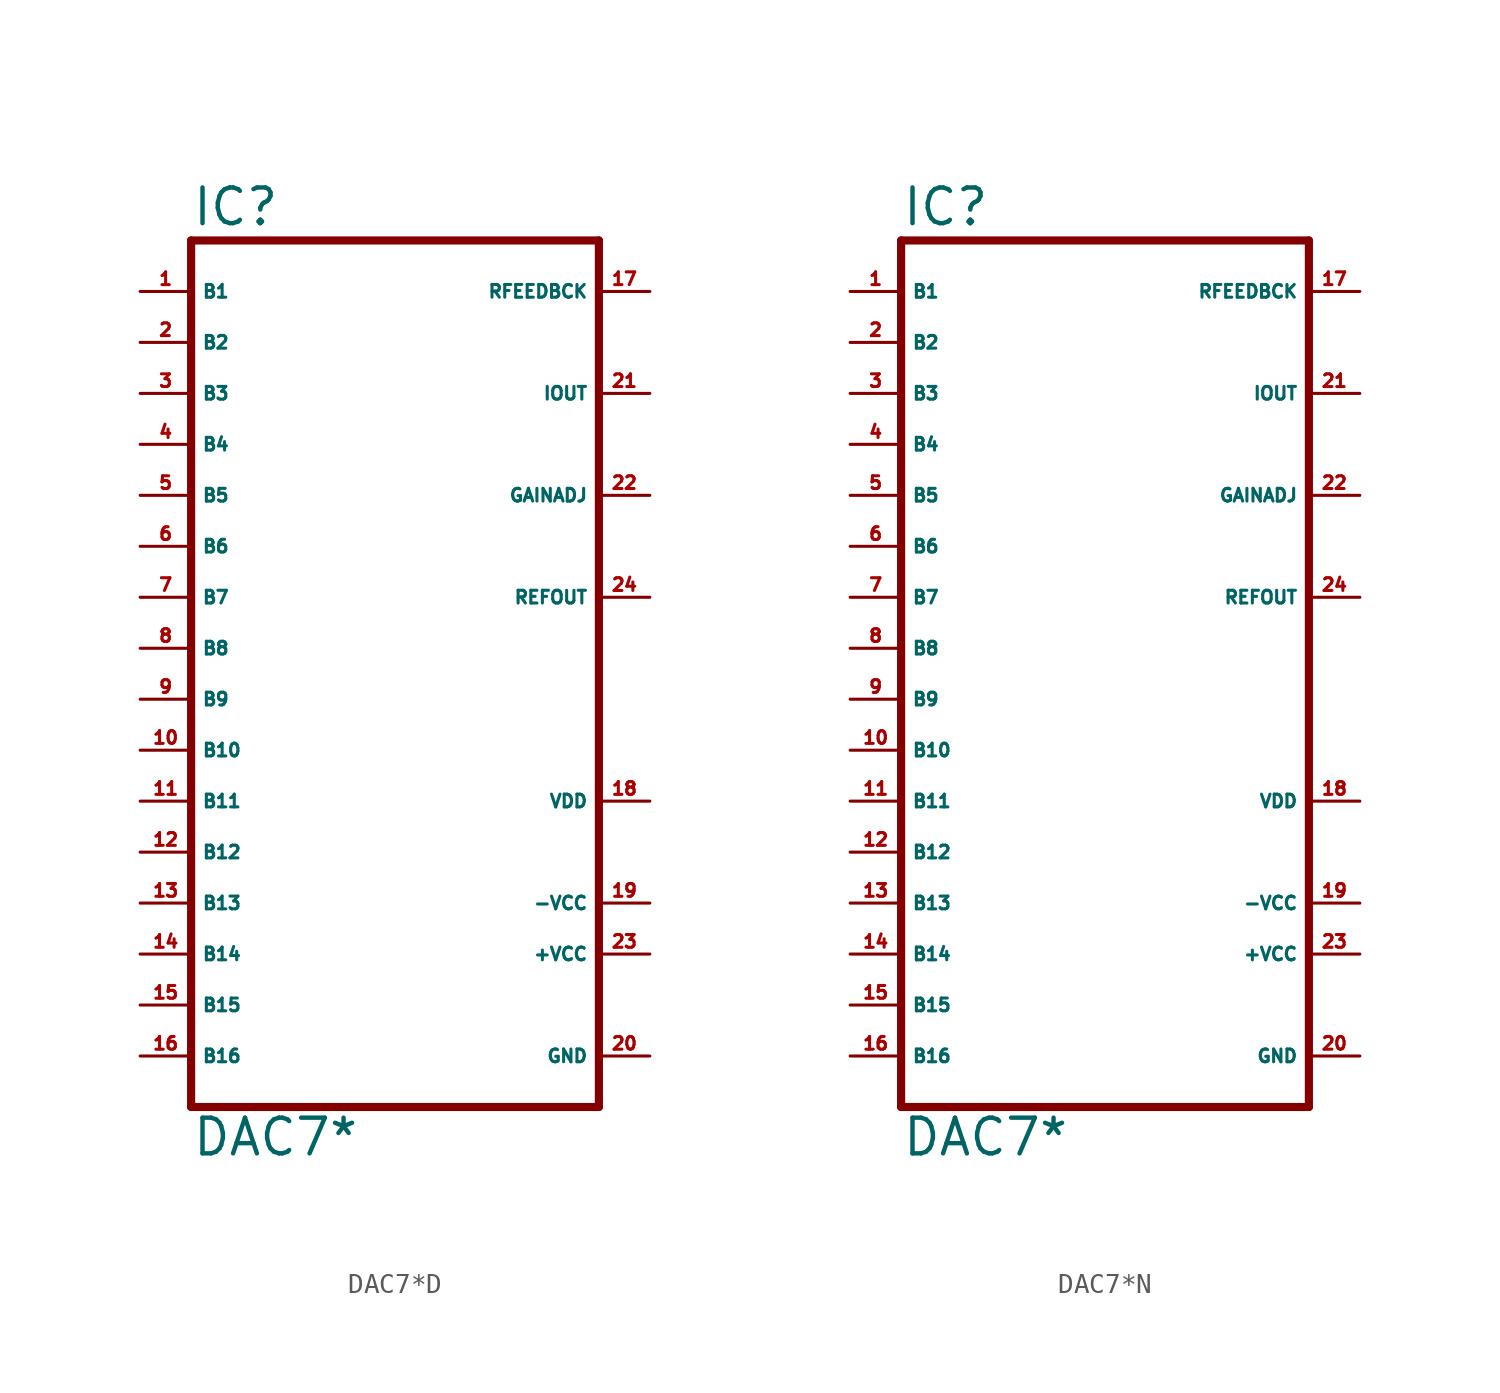
<source format=kicad_sym>
(kicad_symbol_lib
  (version 20220914)
  (generator Eagle2Kicad)
  (symbol "DAC7*D"
    (property "Reference" "IC"
      (at -10.16 20.955 0)
      (effects (font (size 1.778 1.778) (thickness 0.22)) (justify left bottom)))
    (property "Value" "DAC7*"
      (at -10.16 -25.4 0)
      (effects (font (size 1.778 1.778) (thickness 0.22)) (justify left bottom)))
    (polyline
      (pts (xy -10.16 -22.86) (xy 10.16 -22.86))
      (stroke (width 0.406) (type default))
      (fill (type none)))
    (polyline
      (pts (xy 10.16 20.32) (xy 10.16 -22.86))
      (stroke (width 0.406) (type default))
      (fill (type none)))
    (polyline
      (pts (xy 10.16 20.32) (xy -10.16 20.32))
      (stroke (width 0.406) (type default))
      (fill (type none)))
    (polyline
      (pts (xy -10.16 -22.86) (xy -10.16 20.32))
      (stroke (width 0.406) (type default))
      (fill (type none)))
    (pin input line
      (at -12.7 17.78 0)
      (length 2.54)
      (name "B1" (effects (font (size 0.635 0.635) (thickness 0.08)) (justify left bottom)))
      (number "1" (effects (font (size 0.635 0.635) (thickness 0.08)) (justify left bottom))))
    (pin input line
      (at -12.7 15.24 0)
      (length 2.54)
      (name "B2" (effects (font (size 0.635 0.635) (thickness 0.08)) (justify left bottom)))
      (number "2" (effects (font (size 0.635 0.635) (thickness 0.08)) (justify left bottom))))
    (pin input line
      (at -12.7 12.7 0)
      (length 2.54)
      (name "B3" (effects (font (size 0.635 0.635) (thickness 0.08)) (justify left bottom)))
      (number "3" (effects (font (size 0.635 0.635) (thickness 0.08)) (justify left bottom))))
    (pin input line
      (at -12.7 10.16 0)
      (length 2.54)
      (name "B4" (effects (font (size 0.635 0.635) (thickness 0.08)) (justify left bottom)))
      (number "4" (effects (font (size 0.635 0.635) (thickness 0.08)) (justify left bottom))))
    (pin input line
      (at -12.7 7.62 0)
      (length 2.54)
      (name "B5" (effects (font (size 0.635 0.635) (thickness 0.08)) (justify left bottom)))
      (number "5" (effects (font (size 0.635 0.635) (thickness 0.08)) (justify left bottom))))
    (pin input line
      (at -12.7 5.08 0)
      (length 2.54)
      (name "B6" (effects (font (size 0.635 0.635) (thickness 0.08)) (justify left bottom)))
      (number "6" (effects (font (size 0.635 0.635) (thickness 0.08)) (justify left bottom))))
    (pin input line
      (at -12.7 2.54 0)
      (length 2.54)
      (name "B7" (effects (font (size 0.635 0.635) (thickness 0.08)) (justify left bottom)))
      (number "7" (effects (font (size 0.635 0.635) (thickness 0.08)) (justify left bottom))))
    (pin input line
      (at -12.7 0 0)
      (length 2.54)
      (name "B8" (effects (font (size 0.635 0.635) (thickness 0.08)) (justify left bottom)))
      (number "8" (effects (font (size 0.635 0.635) (thickness 0.08)) (justify left bottom))))
    (pin input line
      (at -12.7 -2.54 0)
      (length 2.54)
      (name "B9" (effects (font (size 0.635 0.635) (thickness 0.08)) (justify left bottom)))
      (number "9" (effects (font (size 0.635 0.635) (thickness 0.08)) (justify left bottom))))
    (pin input line
      (at -12.7 -5.08 0)
      (length 2.54)
      (name "B10" (effects (font (size 0.635 0.635) (thickness 0.08)) (justify left bottom)))
      (number "10" (effects (font (size 0.635 0.635) (thickness 0.08)) (justify left bottom))))
    (pin input line
      (at -12.7 -7.62 0)
      (length 2.54)
      (name "B11" (effects (font (size 0.635 0.635) (thickness 0.08)) (justify left bottom)))
      (number "11" (effects (font (size 0.635 0.635) (thickness 0.08)) (justify left bottom))))
    (pin input line
      (at -12.7 -10.16 0)
      (length 2.54)
      (name "B12" (effects (font (size 0.635 0.635) (thickness 0.08)) (justify left bottom)))
      (number "12" (effects (font (size 0.635 0.635) (thickness 0.08)) (justify left bottom))))
    (pin input line
      (at -12.7 -12.7 0)
      (length 2.54)
      (name "B13" (effects (font (size 0.635 0.635) (thickness 0.08)) (justify left bottom)))
      (number "13" (effects (font (size 0.635 0.635) (thickness 0.08)) (justify left bottom))))
    (pin input line
      (at -12.7 -15.24 0)
      (length 2.54)
      (name "B14" (effects (font (size 0.635 0.635) (thickness 0.08)) (justify left bottom)))
      (number "14" (effects (font (size 0.635 0.635) (thickness 0.08)) (justify left bottom))))
    (pin input line
      (at -12.7 -17.78 0)
      (length 2.54)
      (name "B15" (effects (font (size 0.635 0.635) (thickness 0.08)) (justify left bottom)))
      (number "15" (effects (font (size 0.635 0.635) (thickness 0.08)) (justify left bottom))))
    (pin input line
      (at -12.7 -20.32 0)
      (length 2.54)
      (name "B16" (effects (font (size 0.635 0.635) (thickness 0.08)) (justify left bottom)))
      (number "16" (effects (font (size 0.635 0.635) (thickness 0.08)) (justify left bottom))))
    (pin output line
      (at 12.7 17.78 180)
      (length 2.54)
      (name "RFEEDBCK" (effects (font (size 0.635 0.635) (thickness 0.08)) (justify left bottom)))
      (number "17" (effects (font (size 0.635 0.635) (thickness 0.08)) (justify left bottom))))
    (pin output line
      (at 12.7 12.7 180)
      (length 2.54)
      (name "IOUT" (effects (font (size 0.635 0.635) (thickness 0.08)) (justify left bottom)))
      (number "21" (effects (font (size 0.635 0.635) (thickness 0.08)) (justify left bottom))))
    (pin output line
      (at 12.7 7.62 180)
      (length 2.54)
      (name "GAINADJ" (effects (font (size 0.635 0.635) (thickness 0.08)) (justify left bottom)))
      (number "22" (effects (font (size 0.635 0.635) (thickness 0.08)) (justify left bottom))))
    (pin output line
      (at 12.7 2.54 180)
      (length 2.54)
      (name "REFOUT" (effects (font (size 0.635 0.635) (thickness 0.08)) (justify left bottom)))
      (number "24" (effects (font (size 0.635 0.635) (thickness 0.08)) (justify left bottom))))
    (pin unspecified line
      (at 12.7 -7.62 180)
      (length 2.54)
      (name "VDD" (effects (font (size 0.635 0.635) (thickness 0.08)) (justify left bottom)))
      (number "18" (effects (font (size 0.635 0.635) (thickness 0.08)) (justify left bottom))))
    (pin unspecified line
      (at 12.7 -12.7 180)
      (length 2.54)
      (name "-VCC" (effects (font (size 0.635 0.635) (thickness 0.08)) (justify left bottom)))
      (number "19" (effects (font (size 0.635 0.635) (thickness 0.08)) (justify left bottom))))
    (pin unspecified line
      (at 12.7 -15.24 180)
      (length 2.54)
      (name "+VCC" (effects (font (size 0.635 0.635) (thickness 0.08)) (justify left bottom)))
      (number "23" (effects (font (size 0.635 0.635) (thickness 0.08)) (justify left bottom))))
    (pin unspecified line
      (at 12.7 -20.32 180)
      (length 2.54)
      (name "GND" (effects (font (size 0.635 0.635) (thickness 0.08)) (justify left bottom)))
      (number "20" (effects (font (size 0.635 0.635) (thickness 0.08)) (justify left bottom)))))
  (symbol "DAC7*N"
    (property "Reference" "IC"
      (at -10.16 20.955 0)
      (effects (font (size 1.778 1.778) (thickness 0.22)) (justify left bottom)))
    (property "Value" "DAC7*"
      (at -10.16 -25.4 0)
      (effects (font (size 1.778 1.778) (thickness 0.22)) (justify left bottom)))
    (polyline
      (pts (xy -10.16 -22.86) (xy 10.16 -22.86))
      (stroke (width 0.406) (type default))
      (fill (type none)))
    (polyline
      (pts (xy 10.16 20.32) (xy 10.16 -22.86))
      (stroke (width 0.406) (type default))
      (fill (type none)))
    (polyline
      (pts (xy 10.16 20.32) (xy -10.16 20.32))
      (stroke (width 0.406) (type default))
      (fill (type none)))
    (polyline
      (pts (xy -10.16 -22.86) (xy -10.16 20.32))
      (stroke (width 0.406) (type default))
      (fill (type none)))
    (pin input line
      (at -12.7 17.78 0)
      (length 2.54)
      (name "B1" (effects (font (size 0.635 0.635) (thickness 0.08)) (justify left bottom)))
      (number "1" (effects (font (size 0.635 0.635) (thickness 0.08)) (justify left bottom))))
    (pin input line
      (at -12.7 15.24 0)
      (length 2.54)
      (name "B2" (effects (font (size 0.635 0.635) (thickness 0.08)) (justify left bottom)))
      (number "2" (effects (font (size 0.635 0.635) (thickness 0.08)) (justify left bottom))))
    (pin input line
      (at -12.7 12.7 0)
      (length 2.54)
      (name "B3" (effects (font (size 0.635 0.635) (thickness 0.08)) (justify left bottom)))
      (number "3" (effects (font (size 0.635 0.635) (thickness 0.08)) (justify left bottom))))
    (pin input line
      (at -12.7 10.16 0)
      (length 2.54)
      (name "B4" (effects (font (size 0.635 0.635) (thickness 0.08)) (justify left bottom)))
      (number "4" (effects (font (size 0.635 0.635) (thickness 0.08)) (justify left bottom))))
    (pin input line
      (at -12.7 7.62 0)
      (length 2.54)
      (name "B5" (effects (font (size 0.635 0.635) (thickness 0.08)) (justify left bottom)))
      (number "5" (effects (font (size 0.635 0.635) (thickness 0.08)) (justify left bottom))))
    (pin input line
      (at -12.7 5.08 0)
      (length 2.54)
      (name "B6" (effects (font (size 0.635 0.635) (thickness 0.08)) (justify left bottom)))
      (number "6" (effects (font (size 0.635 0.635) (thickness 0.08)) (justify left bottom))))
    (pin input line
      (at -12.7 2.54 0)
      (length 2.54)
      (name "B7" (effects (font (size 0.635 0.635) (thickness 0.08)) (justify left bottom)))
      (number "7" (effects (font (size 0.635 0.635) (thickness 0.08)) (justify left bottom))))
    (pin input line
      (at -12.7 0 0)
      (length 2.54)
      (name "B8" (effects (font (size 0.635 0.635) (thickness 0.08)) (justify left bottom)))
      (number "8" (effects (font (size 0.635 0.635) (thickness 0.08)) (justify left bottom))))
    (pin input line
      (at -12.7 -2.54 0)
      (length 2.54)
      (name "B9" (effects (font (size 0.635 0.635) (thickness 0.08)) (justify left bottom)))
      (number "9" (effects (font (size 0.635 0.635) (thickness 0.08)) (justify left bottom))))
    (pin input line
      (at -12.7 -5.08 0)
      (length 2.54)
      (name "B10" (effects (font (size 0.635 0.635) (thickness 0.08)) (justify left bottom)))
      (number "10" (effects (font (size 0.635 0.635) (thickness 0.08)) (justify left bottom))))
    (pin input line
      (at -12.7 -7.62 0)
      (length 2.54)
      (name "B11" (effects (font (size 0.635 0.635) (thickness 0.08)) (justify left bottom)))
      (number "11" (effects (font (size 0.635 0.635) (thickness 0.08)) (justify left bottom))))
    (pin input line
      (at -12.7 -10.16 0)
      (length 2.54)
      (name "B12" (effects (font (size 0.635 0.635) (thickness 0.08)) (justify left bottom)))
      (number "12" (effects (font (size 0.635 0.635) (thickness 0.08)) (justify left bottom))))
    (pin input line
      (at -12.7 -12.7 0)
      (length 2.54)
      (name "B13" (effects (font (size 0.635 0.635) (thickness 0.08)) (justify left bottom)))
      (number "13" (effects (font (size 0.635 0.635) (thickness 0.08)) (justify left bottom))))
    (pin input line
      (at -12.7 -15.24 0)
      (length 2.54)
      (name "B14" (effects (font (size 0.635 0.635) (thickness 0.08)) (justify left bottom)))
      (number "14" (effects (font (size 0.635 0.635) (thickness 0.08)) (justify left bottom))))
    (pin input line
      (at -12.7 -17.78 0)
      (length 2.54)
      (name "B15" (effects (font (size 0.635 0.635) (thickness 0.08)) (justify left bottom)))
      (number "15" (effects (font (size 0.635 0.635) (thickness 0.08)) (justify left bottom))))
    (pin input line
      (at -12.7 -20.32 0)
      (length 2.54)
      (name "B16" (effects (font (size 0.635 0.635) (thickness 0.08)) (justify left bottom)))
      (number "16" (effects (font (size 0.635 0.635) (thickness 0.08)) (justify left bottom))))
    (pin output line
      (at 12.7 17.78 180)
      (length 2.54)
      (name "RFEEDBCK" (effects (font (size 0.635 0.635) (thickness 0.08)) (justify left bottom)))
      (number "17" (effects (font (size 0.635 0.635) (thickness 0.08)) (justify left bottom))))
    (pin output line
      (at 12.7 12.7 180)
      (length 2.54)
      (name "IOUT" (effects (font (size 0.635 0.635) (thickness 0.08)) (justify left bottom)))
      (number "21" (effects (font (size 0.635 0.635) (thickness 0.08)) (justify left bottom))))
    (pin output line
      (at 12.7 7.62 180)
      (length 2.54)
      (name "GAINADJ" (effects (font (size 0.635 0.635) (thickness 0.08)) (justify left bottom)))
      (number "22" (effects (font (size 0.635 0.635) (thickness 0.08)) (justify left bottom))))
    (pin output line
      (at 12.7 2.54 180)
      (length 2.54)
      (name "REFOUT" (effects (font (size 0.635 0.635) (thickness 0.08)) (justify left bottom)))
      (number "24" (effects (font (size 0.635 0.635) (thickness 0.08)) (justify left bottom))))
    (pin unspecified line
      (at 12.7 -7.62 180)
      (length 2.54)
      (name "VDD" (effects (font (size 0.635 0.635) (thickness 0.08)) (justify left bottom)))
      (number "18" (effects (font (size 0.635 0.635) (thickness 0.08)) (justify left bottom))))
    (pin unspecified line
      (at 12.7 -12.7 180)
      (length 2.54)
      (name "-VCC" (effects (font (size 0.635 0.635) (thickness 0.08)) (justify left bottom)))
      (number "19" (effects (font (size 0.635 0.635) (thickness 0.08)) (justify left bottom))))
    (pin unspecified line
      (at 12.7 -15.24 180)
      (length 2.54)
      (name "+VCC" (effects (font (size 0.635 0.635) (thickness 0.08)) (justify left bottom)))
      (number "23" (effects (font (size 0.635 0.635) (thickness 0.08)) (justify left bottom))))
    (pin unspecified line
      (at 12.7 -20.32 180)
      (length 2.54)
      (name "GND" (effects (font (size 0.635 0.635) (thickness 0.08)) (justify left bottom)))
      (number "20" (effects (font (size 0.635 0.635) (thickness 0.08)) (justify left bottom))))))
</source>
